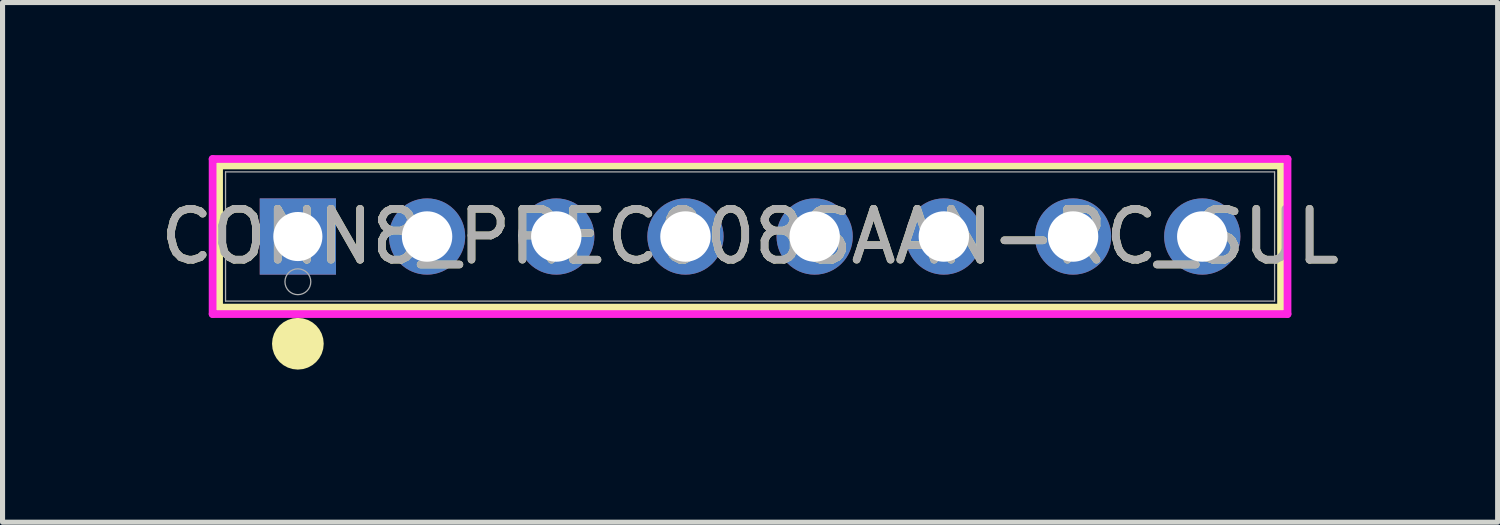
<source format=kicad_pcb>
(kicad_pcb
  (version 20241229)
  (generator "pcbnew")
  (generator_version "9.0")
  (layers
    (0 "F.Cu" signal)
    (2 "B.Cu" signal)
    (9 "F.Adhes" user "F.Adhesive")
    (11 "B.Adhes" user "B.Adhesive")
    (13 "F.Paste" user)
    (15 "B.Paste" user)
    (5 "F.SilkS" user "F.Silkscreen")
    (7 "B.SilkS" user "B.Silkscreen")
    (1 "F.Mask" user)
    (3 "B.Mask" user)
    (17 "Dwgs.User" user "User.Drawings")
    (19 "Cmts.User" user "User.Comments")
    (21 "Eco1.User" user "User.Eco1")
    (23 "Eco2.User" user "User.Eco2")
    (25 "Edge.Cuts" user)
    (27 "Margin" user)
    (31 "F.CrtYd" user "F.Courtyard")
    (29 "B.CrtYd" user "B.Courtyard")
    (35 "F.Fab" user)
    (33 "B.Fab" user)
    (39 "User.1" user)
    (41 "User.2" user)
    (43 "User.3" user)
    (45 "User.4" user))
  (footprint "CONN8_PREC008SAAN-RC_SUL"
    (layer "F.Cu")
    (at 2.806 1.6)
    (property "Reference" "CONN8_PREC008SAAN-RC_SUL" (at 8.89 0 0) (unlocked yes) (layer "F.SilkS") (effects (font (size 1 1) (thickness 0.15))))
    (attr through_hole)
    (fp_line (start -1.549 -1.397) (end -1.549 1.397) (stroke (width 0.152) (type solid)) (layer "F.SilkS"))
    (fp_line (start -1.549 1.397) (end 19.329 1.397) (stroke (width 0.152) (type solid)) (layer "F.SilkS"))
    (fp_line (start 19.329 -1.397) (end -1.549 -1.397) (stroke (width 0.152) (type solid)) (layer "F.SilkS"))
    (fp_line (start 19.329 1.397) (end 19.329 -1.397) (stroke (width 0.152) (type solid)) (layer "F.SilkS"))
    (fp_circle (center 0 2.108) (end 0.254 2.108) (stroke (width 0.508) (type solid)) (fill no) (layer "F.SilkS"))
    (fp_line (start -1.676 -1.524) (end -1.676 1.524) (stroke (width 0.152) (type solid)) (layer "F.CrtYd"))
    (fp_line (start -1.676 1.524) (end 19.456 1.524) (stroke (width 0.152) (type solid)) (layer "F.CrtYd"))
    (fp_line (start 19.456 -1.524) (end -1.676 -1.524) (stroke (width 0.152) (type solid)) (layer "F.CrtYd"))
    (fp_line (start 19.456 1.524) (end 19.456 -1.524) (stroke (width 0.152) (type solid)) (layer "F.CrtYd"))
    (fp_line (start -1.422 -1.27) (end -1.422 1.27) (stroke (width 0.025) (type solid)) (layer "F.Fab"))
    (fp_line (start -1.422 1.27) (end 19.202 1.27) (stroke (width 0.025) (type solid)) (layer "F.Fab"))
    (fp_line (start 19.202 -1.27) (end -1.422 -1.27) (stroke (width 0.025) (type solid)) (layer "F.Fab"))
    (fp_line (start 19.202 1.27) (end 19.202 -1.27) (stroke (width 0.025) (type solid)) (layer "F.Fab"))
    (fp_circle (center 0 0.889) (end 0.254 0.889) (stroke (width 0.025) (type solid)) (fill no) (layer "F.Fab"))
    (fp_text user "${REFERENCE}" (at 8.89 0 0) (unlocked yes) (layer "F.Fab") (effects (font (size 1 1) (thickness 0.15))))
    (pad "1" thru_hole rect (at 0 0) (size 1.499 1.499) (drill 0.965) (layers "*.Cu" "*.Mask"))
    (pad "2" thru_hole circle (at 2.54 0) (size 1.499 1.499) (drill 0.991) (layers "*.Cu" "*.Mask"))
    (pad "3" thru_hole circle (at 5.08 0) (size 1.499 1.499) (drill 0.991) (layers "*.Cu" "*.Mask"))
    (pad "4" thru_hole circle (at 7.62 0) (size 1.499 1.499) (drill 0.991) (layers "*.Cu" "*.Mask"))
    (pad "5" thru_hole circle (at 10.16 0) (size 1.499 1.499) (drill 0.991) (layers "*.Cu" "*.Mask"))
    (pad "6" thru_hole circle (at 12.7 0) (size 1.499 1.499) (drill 0.991) (layers "*.Cu" "*.Mask"))
    (pad "7" thru_hole circle (at 15.24 0) (size 1.499 1.499) (drill 0.991) (layers "*.Cu" "*.Mask"))
    (pad "8" thru_hole circle (at 17.78 0) (size 1.499 1.499) (drill 0.991) (layers "*.Cu" "*.Mask")))
  (gr_rect
    (start -3 -3)
    (end 26.393 7.216)
    (stroke (width 0.1) (type default))
    (fill no)
    (layer "Edge.Cuts")))
</source>
